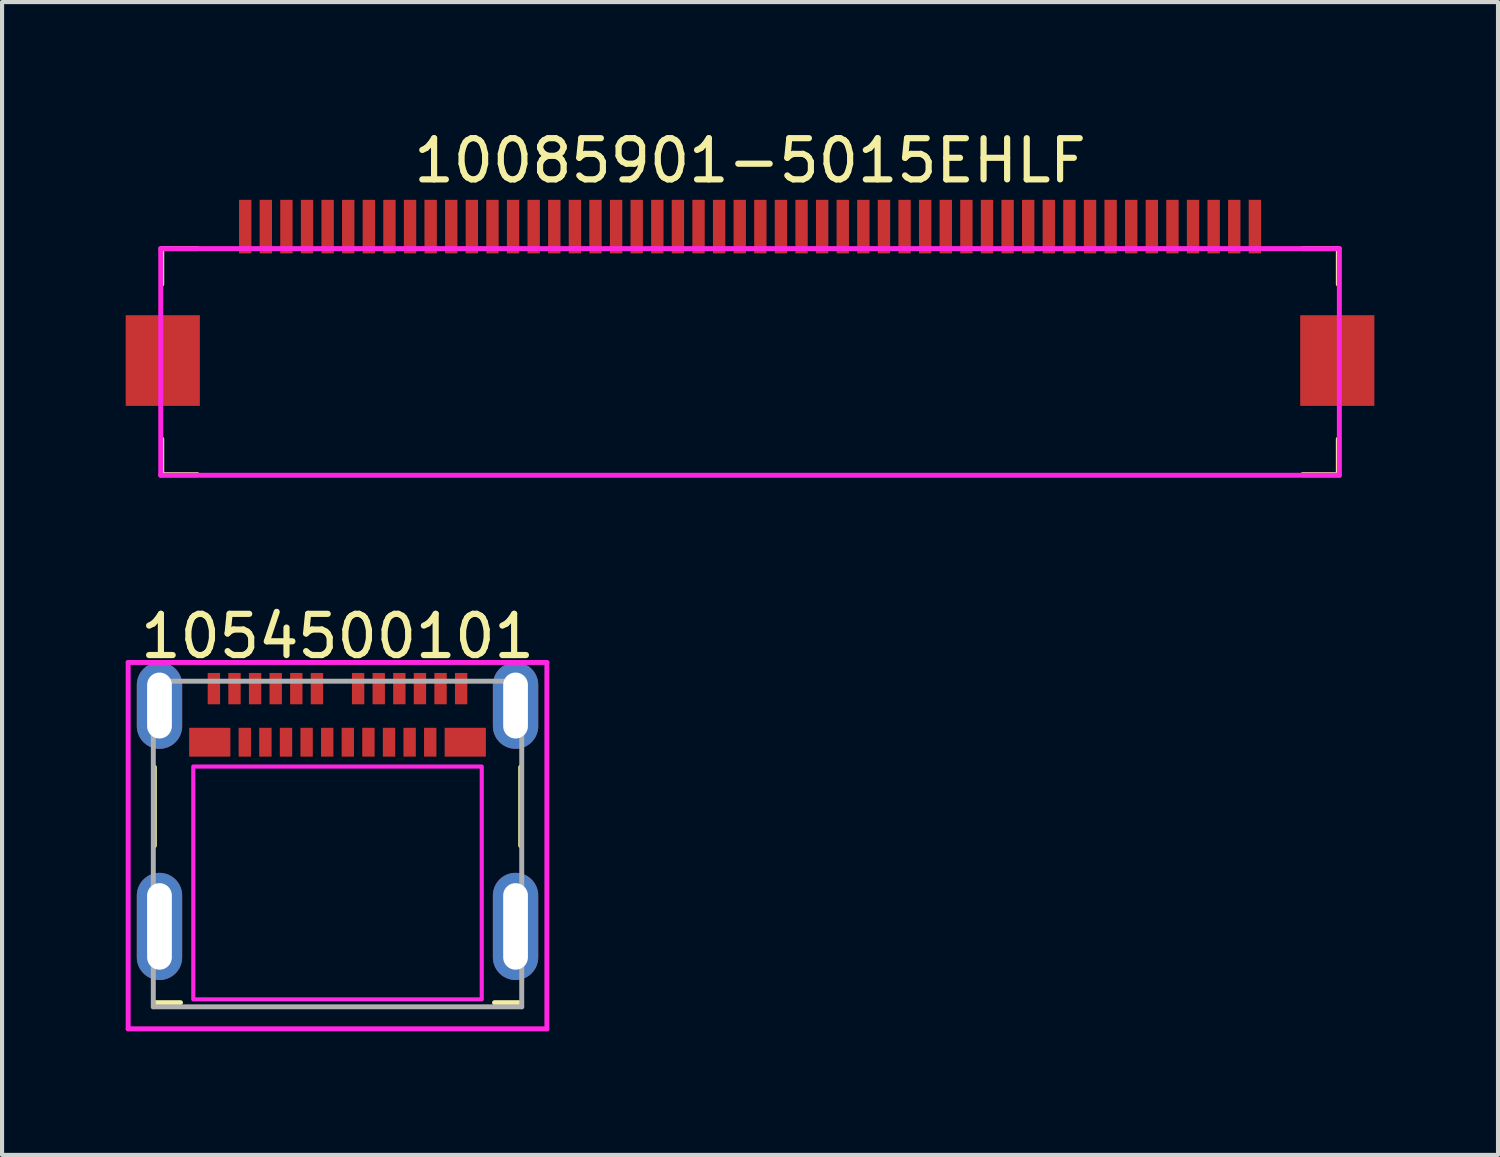
<source format=kicad_pcb>
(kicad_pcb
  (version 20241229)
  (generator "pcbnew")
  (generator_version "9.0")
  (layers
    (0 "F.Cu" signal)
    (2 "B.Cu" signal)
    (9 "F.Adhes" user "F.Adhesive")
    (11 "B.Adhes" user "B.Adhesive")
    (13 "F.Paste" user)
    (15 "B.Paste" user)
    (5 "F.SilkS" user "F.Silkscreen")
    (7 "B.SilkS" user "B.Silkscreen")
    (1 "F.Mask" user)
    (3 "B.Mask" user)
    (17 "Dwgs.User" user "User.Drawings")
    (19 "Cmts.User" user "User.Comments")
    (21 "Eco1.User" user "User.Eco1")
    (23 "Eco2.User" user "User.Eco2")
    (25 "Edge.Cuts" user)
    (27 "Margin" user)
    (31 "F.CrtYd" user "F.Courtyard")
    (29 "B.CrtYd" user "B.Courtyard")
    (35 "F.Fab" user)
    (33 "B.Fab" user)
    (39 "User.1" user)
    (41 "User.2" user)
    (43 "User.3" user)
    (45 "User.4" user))
  (footprint "10085901-5015EHLF"
    (layer "F.Cu")
    (at 15.15 2.982)
    (property "Reference" "10085901-5015EHLF" (at 0 -2.134 0) (layer "F.SilkS") (effects (font (size 1 1) (thickness 0.15))))
    (attr through_hole)
    (fp_line (start -14.275 0.864) (end -14.275 0) (stroke (width 0.12) (type solid)) (layer "F.SilkS"))
    (fp_line (start -14.275 4.623) (end -14.275 5.486) (stroke (width 0.12) (type solid)) (layer "F.SilkS"))
    (fp_line (start -13.411 0) (end -14.275 0) (stroke (width 0.12) (type solid)) (layer "F.SilkS"))
    (fp_line (start -13.411 5.486) (end -14.275 5.486) (stroke (width 0.12) (type solid)) (layer "F.SilkS"))
    (fp_line (start 13.411 0) (end 14.275 0) (stroke (width 0.12) (type solid)) (layer "F.SilkS"))
    (fp_line (start 13.411 5.486) (end 14.275 5.486) (stroke (width 0.12) (type solid)) (layer "F.SilkS"))
    (fp_line (start 14.275 0.864) (end 14.275 0) (stroke (width 0.12) (type solid)) (layer "F.SilkS"))
    (fp_line (start 14.275 4.623) (end 14.275 5.486) (stroke (width 0.12) (type solid)) (layer "F.SilkS"))
    (fp_line (start -14.3 0) (end -14.3 5.5) (stroke (width 0.12) (type solid)) (layer "F.CrtYd"))
    (fp_line (start -14.3 0) (end 14.3 0) (stroke (width 0.12) (type solid)) (layer "F.CrtYd"))
    (fp_line (start -14.3 5.5) (end 14.3 5.5) (stroke (width 0.12) (type solid)) (layer "F.CrtYd"))
    (fp_line (start 14.3 0) (end 14.3 5.5) (stroke (width 0.12) (type solid)) (layer "F.CrtYd"))
    (pad "" smd rect (at -14.25 2.717) (size 1.8 2.2) (layers "F.Cu" "F.Mask" "F.Paste"))
    (pad "" smd rect (at 14.25 2.717) (size 1.8 2.2) (layers "F.Cu" "F.Mask" "F.Paste"))
    (pad "1" smd rect (at -12.25 -0.533) (size 0.3 1.3) (layers "F.Cu" "F.Mask" "F.Paste"))
    (pad "2" smd rect (at -11.75 -0.533) (size 0.3 1.3) (layers "F.Cu" "F.Mask" "F.Paste"))
    (pad "3" smd rect (at -11.25 -0.533) (size 0.3 1.3) (layers "F.Cu" "F.Mask" "F.Paste"))
    (pad "4" smd rect (at -10.75 -0.533) (size 0.3 1.3) (layers "F.Cu" "F.Mask" "F.Paste"))
    (pad "5" smd rect (at -10.25 -0.533) (size 0.3 1.3) (layers "F.Cu" "F.Mask" "F.Paste"))
    (pad "6" smd rect (at -9.75 -0.533) (size 0.3 1.3) (layers "F.Cu" "F.Mask" "F.Paste"))
    (pad "7" smd rect (at -9.25 -0.533) (size 0.3 1.3) (layers "F.Cu" "F.Mask" "F.Paste"))
    (pad "8" smd rect (at -8.75 -0.533) (size 0.3 1.3) (layers "F.Cu" "F.Mask" "F.Paste"))
    (pad "9" smd rect (at -8.25 -0.533) (size 0.3 1.3) (layers "F.Cu" "F.Mask" "F.Paste"))
    (pad "10" smd rect (at -7.75 -0.533) (size 0.3 1.3) (layers "F.Cu" "F.Mask" "F.Paste"))
    (pad "11" smd rect (at -7.25 -0.533) (size 0.3 1.3) (layers "F.Cu" "F.Mask" "F.Paste"))
    (pad "12" smd rect (at -6.75 -0.533) (size 0.3 1.3) (layers "F.Cu" "F.Mask" "F.Paste"))
    (pad "13" smd rect (at -6.25 -0.533) (size 0.3 1.3) (layers "F.Cu" "F.Mask" "F.Paste"))
    (pad "14" smd rect (at -5.75 -0.533) (size 0.3 1.3) (layers "F.Cu" "F.Mask" "F.Paste"))
    (pad "15" smd rect (at -5.25 -0.533) (size 0.3 1.3) (layers "F.Cu" "F.Mask" "F.Paste"))
    (pad "16" smd rect (at -4.75 -0.533) (size 0.3 1.3) (layers "F.Cu" "F.Mask" "F.Paste"))
    (pad "17" smd rect (at -4.25 -0.533) (size 0.3 1.3) (layers "F.Cu" "F.Mask" "F.Paste"))
    (pad "18" smd rect (at -3.75 -0.533) (size 0.3 1.3) (layers "F.Cu" "F.Mask" "F.Paste"))
    (pad "19" smd rect (at -3.25 -0.533) (size 0.3 1.3) (layers "F.Cu" "F.Mask" "F.Paste"))
    (pad "20" smd rect (at -2.75 -0.533) (size 0.3 1.3) (layers "F.Cu" "F.Mask" "F.Paste"))
    (pad "21" smd rect (at -2.25 -0.533) (size 0.3 1.3) (layers "F.Cu" "F.Mask" "F.Paste"))
    (pad "22" smd rect (at -1.75 -0.533) (size 0.3 1.3) (layers "F.Cu" "F.Mask" "F.Paste"))
    (pad "23" smd rect (at -1.25 -0.533) (size 0.3 1.3) (layers "F.Cu" "F.Mask" "F.Paste"))
    (pad "24" smd rect (at -0.75 -0.533) (size 0.3 1.3) (layers "F.Cu" "F.Mask" "F.Paste"))
    (pad "25" smd rect (at -0.25 -0.533) (size 0.3 1.3) (layers "F.Cu" "F.Mask" "F.Paste"))
    (pad "26" smd rect (at 0.25 -0.533) (size 0.3 1.3) (layers "F.Cu" "F.Mask" "F.Paste"))
    (pad "27" smd rect (at 0.75 -0.533) (size 0.3 1.3) (layers "F.Cu" "F.Mask" "F.Paste"))
    (pad "28" smd rect (at 1.25 -0.533) (size 0.3 1.3) (layers "F.Cu" "F.Mask" "F.Paste"))
    (pad "29" smd rect (at 1.75 -0.533) (size 0.3 1.3) (layers "F.Cu" "F.Mask" "F.Paste"))
    (pad "30" smd rect (at 2.25 -0.533) (size 0.3 1.3) (layers "F.Cu" "F.Mask" "F.Paste"))
    (pad "31" smd rect (at 2.75 -0.533) (size 0.3 1.3) (layers "F.Cu" "F.Mask" "F.Paste"))
    (pad "32" smd rect (at 3.25 -0.533) (size 0.3 1.3) (layers "F.Cu" "F.Mask" "F.Paste"))
    (pad "33" smd rect (at 3.75 -0.533) (size 0.3 1.3) (layers "F.Cu" "F.Mask" "F.Paste"))
    (pad "34" smd rect (at 4.25 -0.533) (size 0.3 1.3) (layers "F.Cu" "F.Mask" "F.Paste"))
    (pad "35" smd rect (at 4.75 -0.533) (size 0.3 1.3) (layers "F.Cu" "F.Mask" "F.Paste"))
    (pad "36" smd rect (at 5.25 -0.533) (size 0.3 1.3) (layers "F.Cu" "F.Mask" "F.Paste"))
    (pad "37" smd rect (at 5.75 -0.533) (size 0.3 1.3) (layers "F.Cu" "F.Mask" "F.Paste"))
    (pad "38" smd rect (at 6.25 -0.533) (size 0.3 1.3) (layers "F.Cu" "F.Mask" "F.Paste"))
    (pad "39" smd rect (at 6.75 -0.533) (size 0.3 1.3) (layers "F.Cu" "F.Mask" "F.Paste"))
    (pad "40" smd rect (at 7.25 -0.533) (size 0.3 1.3) (layers "F.Cu" "F.Mask" "F.Paste"))
    (pad "41" smd rect (at 7.75 -0.533) (size 0.3 1.3) (layers "F.Cu" "F.Mask" "F.Paste"))
    (pad "42" smd rect (at 8.25 -0.533) (size 0.3 1.3) (layers "F.Cu" "F.Mask" "F.Paste"))
    (pad "43" smd rect (at 8.75 -0.533) (size 0.3 1.3) (layers "F.Cu" "F.Mask" "F.Paste"))
    (pad "44" smd rect (at 9.25 -0.533) (size 0.3 1.3) (layers "F.Cu" "F.Mask" "F.Paste"))
    (pad "45" smd rect (at 9.75 -0.533) (size 0.3 1.3) (layers "F.Cu" "F.Mask" "F.Paste"))
    (pad "46" smd rect (at 10.25 -0.533) (size 0.3 1.3) (layers "F.Cu" "F.Mask" "F.Paste"))
    (pad "47" smd rect (at 10.75 -0.533) (size 0.3 1.3) (layers "F.Cu" "F.Mask" "F.Paste"))
    (pad "48" smd rect (at 11.25 -0.533) (size 0.3 1.3) (layers "F.Cu" "F.Mask" "F.Paste"))
    (pad "49" smd rect (at 11.75 -0.533) (size 0.3 1.3) (layers "F.Cu" "F.Mask" "F.Paste"))
    (pad "50" smd rect (at 12.25 -0.533) (size 0.3 1.3) (layers "F.Cu" "F.Mask" "F.Paste")))
  (footprint "1054500101"
    (layer "F.Cu")
    (at 5.14 13.66)
    (property "Reference" "1054500101" (at 0 -1.27 0) (layer "F.SilkS") (effects (font (size 1 1) (thickness 0.15))))
    (attr smd)
    (fp_line (start -4.445 1.905) (end -4.445 3.81) (stroke (width 0.12) (type solid)) (layer "F.SilkS"))
    (fp_line (start -4.445 7.62) (end -3.81 7.62) (stroke (width 0.12) (type solid)) (layer "F.SilkS"))
    (fp_line (start 3.81 7.62) (end 4.445 7.62) (stroke (width 0.12) (type solid)) (layer "F.SilkS"))
    (fp_line (start 4.445 1.905) (end 4.445 3.81) (stroke (width 0.12) (type solid)) (layer "F.SilkS"))
    (fp_line (start -5.08 -0.635) (end -5.08 8.255) (stroke (width 0.12) (type solid)) (layer "F.CrtYd"))
    (fp_line (start -5.08 8.255) (end 5.08 8.255) (stroke (width 0.12) (type solid)) (layer "F.CrtYd"))
    (fp_line (start 5.08 -0.635) (end -5.08 -0.635) (stroke (width 0.12) (type solid)) (layer "F.CrtYd"))
    (fp_line (start 5.08 8.255) (end 5.08 -0.635) (stroke (width 0.12) (type solid)) (layer "F.CrtYd"))
    (fp_poly (pts (xy 3.5 7.54) (xy -3.5 7.54) (xy -3.5 1.89) (xy 3.5 1.89)) (stroke (width 0.1) (type solid)) (fill no) (layer "F.CrtYd"))
    (fp_line (start -4.47 -0.18) (end -4.47 7.72) (stroke (width 0.12) (type solid)) (layer "F.Fab"))
    (fp_line (start -4.47 -0.18) (end 4.47 -0.18) (stroke (width 0.12) (type solid)) (layer "F.Fab"))
    (fp_line (start -4.47 7.72) (end 4.47 7.72) (stroke (width 0.12) (type solid)) (layer "F.Fab"))
    (fp_line (start 4.47 7.72) (end 4.47 -0.18) (stroke (width 0.12) (type solid)) (layer "F.Fab"))
    (pad "A1" smd rect (at -3 0) (size 0.3 0.76) (layers "F.Cu" "F.Mask" "F.Paste"))
    (pad "A2" smd rect (at -2.5 0) (size 0.3 0.76) (layers "F.Cu" "F.Mask" "F.Paste"))
    (pad "A3" smd rect (at -2 0) (size 0.3 0.76) (layers "F.Cu" "F.Mask" "F.Paste"))
    (pad "A4" smd rect (at -1.5 0) (size 0.3 0.76) (layers "F.Cu" "F.Mask" "F.Paste"))
    (pad "A5" smd rect (at -1 0) (size 0.3 0.76) (layers "F.Cu" "F.Mask" "F.Paste"))
    (pad "A6" smd rect (at -0.5 0) (size 0.3 0.76) (layers "F.Cu" "F.Mask" "F.Paste"))
    (pad "A7" smd rect (at 0.5 0) (size 0.3 0.76) (layers "F.Cu" "F.Mask" "F.Paste"))
    (pad "A8" smd rect (at 1 0) (size 0.3 0.76) (layers "F.Cu" "F.Mask" "F.Paste"))
    (pad "A9" smd rect (at 1.5 0) (size 0.3 0.76) (layers "F.Cu" "F.Mask" "F.Paste"))
    (pad "A10" smd rect (at 2 0) (size 0.3 0.76) (layers "F.Cu" "F.Mask" "F.Paste"))
    (pad "A11" smd rect (at 2.5 0) (size 0.3 0.76) (layers "F.Cu" "F.Mask" "F.Paste"))
    (pad "A12" smd rect (at 3 0) (size 0.3 0.76) (layers "F.Cu" "F.Mask" "F.Paste"))
    (pad "B1" smd rect (at 3.1 1.3) (size 1 0.7) (layers "F.Cu" "F.Mask" "F.Paste"))
    (pad "B2" smd rect (at 2.25 1.3) (size 0.3 0.7) (layers "F.Cu" "F.Mask" "F.Paste"))
    (pad "B3" smd rect (at 1.75 1.3) (size 0.3 0.7) (layers "F.Cu" "F.Mask" "F.Paste"))
    (pad "B4" smd rect (at 1.25 1.3) (size 0.3 0.7) (layers "F.Cu" "F.Mask" "F.Paste"))
    (pad "B5" smd rect (at 0.75 1.3) (size 0.3 0.7) (layers "F.Cu" "F.Mask" "F.Paste"))
    (pad "B6" smd rect (at 0.25 1.3) (size 0.3 0.7) (layers "F.Cu" "F.Mask" "F.Paste"))
    (pad "B7" smd rect (at -0.25 1.3) (size 0.3 0.7) (layers "F.Cu" "F.Mask" "F.Paste"))
    (pad "B8" smd rect (at -0.75 1.3) (size 0.3 0.7) (layers "F.Cu" "F.Mask" "F.Paste"))
    (pad "B9" smd rect (at -1.25 1.3) (size 0.3 0.7) (layers "F.Cu" "F.Mask" "F.Paste"))
    (pad "B10" smd rect (at -1.75 1.3) (size 0.3 0.7) (layers "F.Cu" "F.Mask" "F.Paste"))
    (pad "B11" smd rect (at -2.25 1.3) (size 0.3 0.7) (layers "F.Cu" "F.Mask" "F.Paste"))
    (pad "B12" smd rect (at -3.1 1.3) (size 1 0.7) (layers "F.Cu" "F.Mask" "F.Paste"))
    (pad "SHLD" thru_hole oval (at -4.32 0.41) (size 1.1 2.1) (drill oval 0.6 1.6) (layers "*.Cu" "*.Mask"))
    (pad "SHLD" thru_hole oval (at -4.32 5.77) (size 1.1 2.6) (drill oval 0.6 2.1) (layers "*.Cu" "*.Mask"))
    (pad "SHLD" thru_hole oval (at 4.32 0.41) (size 1.1 2.1) (drill oval 0.6 1.6) (layers "*.Cu" "*.Mask"))
    (pad "SHLD" thru_hole oval (at 4.32 5.77) (size 1.1 2.6) (drill oval 0.6 2.1) (layers "*.Cu" "*.Mask")))
  (gr_rect
    (start -3 -3)
    (end 33.3 24.975)
    (stroke (width 0.1) (type default))
    (fill no)
    (layer "Edge.Cuts")))
</source>
